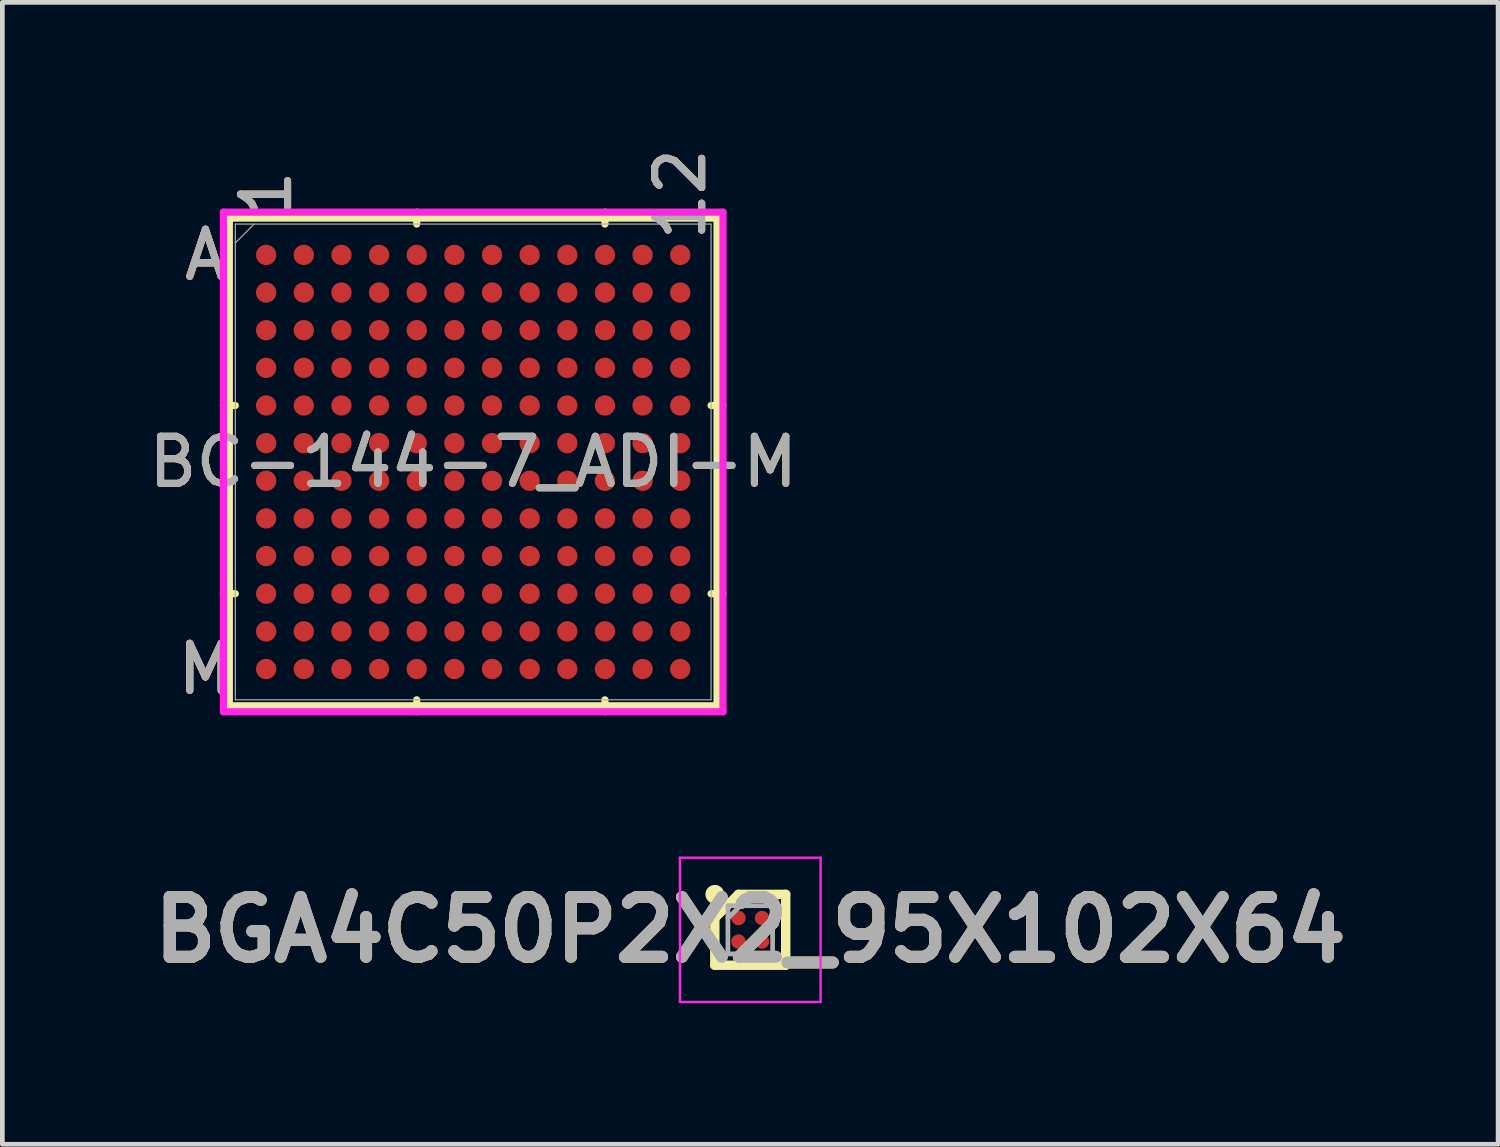
<source format=kicad_pcb>
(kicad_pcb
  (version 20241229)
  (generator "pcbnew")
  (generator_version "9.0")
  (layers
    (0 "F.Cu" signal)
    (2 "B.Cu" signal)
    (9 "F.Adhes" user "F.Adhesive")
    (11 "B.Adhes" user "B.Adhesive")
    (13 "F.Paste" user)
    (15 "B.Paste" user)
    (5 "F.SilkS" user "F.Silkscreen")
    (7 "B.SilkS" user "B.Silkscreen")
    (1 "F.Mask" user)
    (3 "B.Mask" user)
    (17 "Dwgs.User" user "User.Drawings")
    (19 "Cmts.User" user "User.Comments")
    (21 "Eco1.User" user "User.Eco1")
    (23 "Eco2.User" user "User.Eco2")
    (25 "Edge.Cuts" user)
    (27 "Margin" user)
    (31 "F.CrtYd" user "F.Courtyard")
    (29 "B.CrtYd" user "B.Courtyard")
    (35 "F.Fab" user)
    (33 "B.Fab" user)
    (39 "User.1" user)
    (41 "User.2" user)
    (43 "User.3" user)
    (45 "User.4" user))
  (footprint "BC-144-7_ADI-M"
    (layer "F.Cu")
    (at 7.006 6.767)
    (property "Reference" "BC-144-7_ADI-M" (at 0 0 0) (unlocked yes) (layer "F.SilkS") (effects (font (size 1 1) (thickness 0.15))))
    (attr smd)
    (fp_line (start -5.182 -5.182) (end -5.182 5.182) (stroke (width 0.152) (type solid)) (layer "F.SilkS"))
    (fp_line (start -5.182 5.182) (end 5.182 5.182) (stroke (width 0.152) (type solid)) (layer "F.SilkS"))
    (fp_line (start -5.055 -1.2) (end -5.309 -1.2) (stroke (width 0.152) (type solid)) (layer "F.SilkS"))
    (fp_line (start -5.055 2.8) (end -5.309 2.8) (stroke (width 0.152) (type solid)) (layer "F.SilkS"))
    (fp_line (start -1.2 -5.055) (end -1.2 -5.309) (stroke (width 0.152) (type solid)) (layer "F.SilkS"))
    (fp_line (start -1.2 5.055) (end -1.2 5.309) (stroke (width 0.152) (type solid)) (layer "F.SilkS"))
    (fp_line (start 2.8 -5.055) (end 2.8 -5.309) (stroke (width 0.152) (type solid)) (layer "F.SilkS"))
    (fp_line (start 2.8 5.055) (end 2.8 5.309) (stroke (width 0.152) (type solid)) (layer "F.SilkS"))
    (fp_line (start 5.055 -1.2) (end 5.309 -1.2) (stroke (width 0.152) (type solid)) (layer "F.SilkS"))
    (fp_line (start 5.055 2.8) (end 5.309 2.8) (stroke (width 0.152) (type solid)) (layer "F.SilkS"))
    (fp_line (start 5.182 -5.182) (end -5.182 -5.182) (stroke (width 0.152) (type solid)) (layer "F.SilkS"))
    (fp_line (start 5.182 5.182) (end 5.182 -5.182) (stroke (width 0.152) (type solid)) (layer "F.SilkS"))
    (fp_poly (pts (xy -5.245 -5.245) (xy 5.245 -5.245) (xy 5.245 5.245) (xy -5.245 5.245)) (stroke (width 0.1) (type solid)) (fill no) (layer "Eco2.User"))
    (fp_line (start -5.309 -5.309) (end 5.309 -5.309) (stroke (width 0.152) (type solid)) (layer "F.CrtYd"))
    (fp_line (start -5.309 5.309) (end -5.309 -5.309) (stroke (width 0.152) (type solid)) (layer "F.CrtYd"))
    (fp_line (start 5.309 -5.309) (end 5.309 5.309) (stroke (width 0.152) (type solid)) (layer "F.CrtYd"))
    (fp_line (start 5.309 5.309) (end -5.309 5.309) (stroke (width 0.152) (type solid)) (layer "F.CrtYd"))
    (fp_line (start -5.055 -5.055) (end -5.055 5.055) (stroke (width 0.025) (type solid)) (layer "F.Fab"))
    (fp_line (start -5.055 5.055) (end 5.055 5.055) (stroke (width 0.025) (type solid)) (layer "F.Fab"))
    (fp_line (start -4.655 -5.055) (end -5.055 -4.655) (stroke (width 0.025) (type solid)) (layer "F.Fab"))
    (fp_line (start 5.055 -5.055) (end -5.055 -5.055) (stroke (width 0.025) (type solid)) (layer "F.Fab"))
    (fp_line (start 5.055 5.055) (end 5.055 -5.055) (stroke (width 0.025) (type solid)) (layer "F.Fab"))
    (fp_text user "A" (at -5.69 -4.4 0) (unlocked yes) (layer "F.SilkS") (effects (font (size 1 1) (thickness 0.15))))
    (fp_text user "M" (at -5.69 4.4 0) (unlocked yes) (layer "F.SilkS") (effects (font (size 1 1) (thickness 0.15))))
    (fp_text user "1" (at -4.4 -5.69 90) (unlocked yes) (layer "F.SilkS") (effects (font (size 1 1) (thickness 0.15))))
    (fp_text user "12" (at 4.4 -5.69 90) (unlocked yes) (layer "F.SilkS") (effects (font (size 1 1) (thickness 0.15))))
    (fp_text user "12" (at 4.4 -5.69 90) (unlocked yes) (layer "B.SilkS") (effects (font (size 1 1) (thickness 0.15))))
    (fp_text user "M" (at -5.69 4.4 0) (unlocked yes) (layer "B.SilkS") (effects (font (size 1 1) (thickness 0.15))))
    (fp_text user "1" (at -4.4 -5.69 90) (unlocked yes) (layer "B.SilkS") (effects (font (size 1 1) (thickness 0.15))))
    (fp_text user "A" (at -5.69 -4.4 0) (unlocked yes) (layer "B.SilkS") (effects (font (size 1 1) (thickness 0.15))))
    (fp_text user "${REFERENCE}" (at 0 0 0) (unlocked yes) (layer "F.Fab") (effects (font (size 1 1) (thickness 0.15))))
    (fp_text user "A" (at -5.69 -4.4 0) (unlocked yes) (layer "F.Fab") (effects (font (size 1 1) (thickness 0.15))))
    (fp_text user "1" (at -4.4 -5.69 90) (unlocked yes) (layer "F.Fab") (effects (font (size 1 1) (thickness 0.15))))
    (fp_text user "M" (at -5.69 4.4 0) (unlocked yes) (layer "F.Fab") (effects (font (size 1 1) (thickness 0.15))))
    (fp_text user "12" (at 4.4 -5.69 90) (unlocked yes) (layer "F.Fab") (effects (font (size 1 1) (thickness 0.15))))
    (pad "A1" smd circle (at -4.4 -4.4) (size 0.432 0.432) (layers "F.Cu" "F.Mask" "F.Paste"))
    (pad "A2" smd circle (at -3.6 -4.4) (size 0.432 0.432) (layers "F.Cu" "F.Mask" "F.Paste"))
    (pad "A3" smd circle (at -2.8 -4.4) (size 0.432 0.432) (layers "F.Cu" "F.Mask" "F.Paste"))
    (pad "A4" smd circle (at -2 -4.4) (size 0.432 0.432) (layers "F.Cu" "F.Mask" "F.Paste"))
    (pad "A5" smd circle (at -1.2 -4.4) (size 0.432 0.432) (layers "F.Cu" "F.Mask" "F.Paste"))
    (pad "A6" smd circle (at -0.4 -4.4) (size 0.432 0.432) (layers "F.Cu" "F.Mask" "F.Paste"))
    (pad "A7" smd circle (at 0.4 -4.4) (size 0.432 0.432) (layers "F.Cu" "F.Mask" "F.Paste"))
    (pad "A8" smd circle (at 1.2 -4.4) (size 0.432 0.432) (layers "F.Cu" "F.Mask" "F.Paste"))
    (pad "A9" smd circle (at 2 -4.4) (size 0.432 0.432) (layers "F.Cu" "F.Mask" "F.Paste"))
    (pad "A10" smd circle (at 2.8 -4.4) (size 0.432 0.432) (layers "F.Cu" "F.Mask" "F.Paste"))
    (pad "A11" smd circle (at 3.6 -4.4) (size 0.432 0.432) (layers "F.Cu" "F.Mask" "F.Paste"))
    (pad "A12" smd circle (at 4.4 -4.4) (size 0.432 0.432) (layers "F.Cu" "F.Mask" "F.Paste"))
    (pad "B1" smd circle (at -4.4 -3.6) (size 0.432 0.432) (layers "F.Cu" "F.Mask" "F.Paste"))
    (pad "B2" smd circle (at -3.6 -3.6) (size 0.432 0.432) (layers "F.Cu" "F.Mask" "F.Paste"))
    (pad "B3" smd circle (at -2.8 -3.6) (size 0.432 0.432) (layers "F.Cu" "F.Mask" "F.Paste"))
    (pad "B4" smd circle (at -2 -3.6) (size 0.432 0.432) (layers "F.Cu" "F.Mask" "F.Paste"))
    (pad "B5" smd circle (at -1.2 -3.6) (size 0.432 0.432) (layers "F.Cu" "F.Mask" "F.Paste"))
    (pad "B6" smd circle (at -0.4 -3.6) (size 0.432 0.432) (layers "F.Cu" "F.Mask" "F.Paste"))
    (pad "B7" smd circle (at 0.4 -3.6) (size 0.432 0.432) (layers "F.Cu" "F.Mask" "F.Paste"))
    (pad "B8" smd circle (at 1.2 -3.6) (size 0.432 0.432) (layers "F.Cu" "F.Mask" "F.Paste"))
    (pad "B9" smd circle (at 2 -3.6) (size 0.432 0.432) (layers "F.Cu" "F.Mask" "F.Paste"))
    (pad "B10" smd circle (at 2.8 -3.6) (size 0.432 0.432) (layers "F.Cu" "F.Mask" "F.Paste"))
    (pad "B11" smd circle (at 3.6 -3.6) (size 0.432 0.432) (layers "F.Cu" "F.Mask" "F.Paste"))
    (pad "B12" smd circle (at 4.4 -3.6) (size 0.432 0.432) (layers "F.Cu" "F.Mask" "F.Paste"))
    (pad "C1" smd circle (at -4.4 -2.8) (size 0.432 0.432) (layers "F.Cu" "F.Mask" "F.Paste"))
    (pad "C2" smd circle (at -3.6 -2.8) (size 0.432 0.432) (layers "F.Cu" "F.Mask" "F.Paste"))
    (pad "C3" smd circle (at -2.8 -2.8) (size 0.432 0.432) (layers "F.Cu" "F.Mask" "F.Paste"))
    (pad "C4" smd circle (at -2 -2.8) (size 0.432 0.432) (layers "F.Cu" "F.Mask" "F.Paste"))
    (pad "C5" smd circle (at -1.2 -2.8) (size 0.432 0.432) (layers "F.Cu" "F.Mask" "F.Paste"))
    (pad "C6" smd circle (at -0.4 -2.8) (size 0.432 0.432) (layers "F.Cu" "F.Mask" "F.Paste"))
    (pad "C7" smd circle (at 0.4 -2.8) (size 0.432 0.432) (layers "F.Cu" "F.Mask" "F.Paste"))
    (pad "C8" smd circle (at 1.2 -2.8) (size 0.432 0.432) (layers "F.Cu" "F.Mask" "F.Paste"))
    (pad "C9" smd circle (at 2 -2.8) (size 0.432 0.432) (layers "F.Cu" "F.Mask" "F.Paste"))
    (pad "C10" smd circle (at 2.8 -2.8) (size 0.432 0.432) (layers "F.Cu" "F.Mask" "F.Paste"))
    (pad "C11" smd circle (at 3.6 -2.8) (size 0.432 0.432) (layers "F.Cu" "F.Mask" "F.Paste"))
    (pad "C12" smd circle (at 4.4 -2.8) (size 0.432 0.432) (layers "F.Cu" "F.Mask" "F.Paste"))
    (pad "D1" smd circle (at -4.4 -2) (size 0.432 0.432) (layers "F.Cu" "F.Mask" "F.Paste"))
    (pad "D2" smd circle (at -3.6 -2) (size 0.432 0.432) (layers "F.Cu" "F.Mask" "F.Paste"))
    (pad "D3" smd circle (at -2.8 -2) (size 0.432 0.432) (layers "F.Cu" "F.Mask" "F.Paste"))
    (pad "D4" smd circle (at -2 -2) (size 0.432 0.432) (layers "F.Cu" "F.Mask" "F.Paste"))
    (pad "D5" smd circle (at -1.2 -2) (size 0.432 0.432) (layers "F.Cu" "F.Mask" "F.Paste"))
    (pad "D6" smd circle (at -0.4 -2) (size 0.432 0.432) (layers "F.Cu" "F.Mask" "F.Paste"))
    (pad "D7" smd circle (at 0.4 -2) (size 0.432 0.432) (layers "F.Cu" "F.Mask" "F.Paste"))
    (pad "D8" smd circle (at 1.2 -2) (size 0.432 0.432) (layers "F.Cu" "F.Mask" "F.Paste"))
    (pad "D9" smd circle (at 2 -2) (size 0.432 0.432) (layers "F.Cu" "F.Mask" "F.Paste"))
    (pad "D10" smd circle (at 2.8 -2) (size 0.432 0.432) (layers "F.Cu" "F.Mask" "F.Paste"))
    (pad "D11" smd circle (at 3.6 -2) (size 0.432 0.432) (layers "F.Cu" "F.Mask" "F.Paste"))
    (pad "D12" smd circle (at 4.4 -2) (size 0.432 0.432) (layers "F.Cu" "F.Mask" "F.Paste"))
    (pad "E1" smd circle (at -4.4 -1.2) (size 0.432 0.432) (layers "F.Cu" "F.Mask" "F.Paste"))
    (pad "E2" smd circle (at -3.6 -1.2) (size 0.432 0.432) (layers "F.Cu" "F.Mask" "F.Paste"))
    (pad "E3" smd circle (at -2.8 -1.2) (size 0.432 0.432) (layers "F.Cu" "F.Mask" "F.Paste"))
    (pad "E4" smd circle (at -2 -1.2) (size 0.432 0.432) (layers "F.Cu" "F.Mask" "F.Paste"))
    (pad "E5" smd circle (at -1.2 -1.2) (size 0.432 0.432) (layers "F.Cu" "F.Mask" "F.Paste"))
    (pad "E6" smd circle (at -0.4 -1.2) (size 0.432 0.432) (layers "F.Cu" "F.Mask" "F.Paste"))
    (pad "E7" smd circle (at 0.4 -1.2) (size 0.432 0.432) (layers "F.Cu" "F.Mask" "F.Paste"))
    (pad "E8" smd circle (at 1.2 -1.2) (size 0.432 0.432) (layers "F.Cu" "F.Mask" "F.Paste"))
    (pad "E9" smd circle (at 2 -1.2) (size 0.432 0.432) (layers "F.Cu" "F.Mask" "F.Paste"))
    (pad "E10" smd circle (at 2.8 -1.2) (size 0.432 0.432) (layers "F.Cu" "F.Mask" "F.Paste"))
    (pad "E11" smd circle (at 3.6 -1.2) (size 0.432 0.432) (layers "F.Cu" "F.Mask" "F.Paste"))
    (pad "E12" smd circle (at 4.4 -1.2) (size 0.432 0.432) (layers "F.Cu" "F.Mask" "F.Paste"))
    (pad "F1" smd circle (at -4.4 -0.4) (size 0.432 0.432) (layers "F.Cu" "F.Mask" "F.Paste"))
    (pad "F2" smd circle (at -3.6 -0.4) (size 0.432 0.432) (layers "F.Cu" "F.Mask" "F.Paste"))
    (pad "F3" smd circle (at -2.8 -0.4) (size 0.432 0.432) (layers "F.Cu" "F.Mask" "F.Paste"))
    (pad "F4" smd circle (at -2 -0.4) (size 0.432 0.432) (layers "F.Cu" "F.Mask" "F.Paste"))
    (pad "F5" smd circle (at -1.2 -0.4) (size 0.432 0.432) (layers "F.Cu" "F.Mask" "F.Paste"))
    (pad "F6" smd circle (at -0.4 -0.4) (size 0.432 0.432) (layers "F.Cu" "F.Mask" "F.Paste"))
    (pad "F7" smd circle (at 0.4 -0.4) (size 0.432 0.432) (layers "F.Cu" "F.Mask" "F.Paste"))
    (pad "F8" smd circle (at 1.2 -0.4) (size 0.432 0.432) (layers "F.Cu" "F.Mask" "F.Paste"))
    (pad "F9" smd circle (at 2 -0.4) (size 0.432 0.432) (layers "F.Cu" "F.Mask" "F.Paste"))
    (pad "F10" smd circle (at 2.8 -0.4) (size 0.432 0.432) (layers "F.Cu" "F.Mask" "F.Paste"))
    (pad "F11" smd circle (at 3.6 -0.4) (size 0.432 0.432) (layers "F.Cu" "F.Mask" "F.Paste"))
    (pad "F12" smd circle (at 4.4 -0.4) (size 0.432 0.432) (layers "F.Cu" "F.Mask" "F.Paste"))
    (pad "G1" smd circle (at -4.4 0.4) (size 0.432 0.432) (layers "F.Cu" "F.Mask" "F.Paste"))
    (pad "G2" smd circle (at -3.6 0.4) (size 0.432 0.432) (layers "F.Cu" "F.Mask" "F.Paste"))
    (pad "G3" smd circle (at -2.8 0.4) (size 0.432 0.432) (layers "F.Cu" "F.Mask" "F.Paste"))
    (pad "G4" smd circle (at -2 0.4) (size 0.432 0.432) (layers "F.Cu" "F.Mask" "F.Paste"))
    (pad "G5" smd circle (at -1.2 0.4) (size 0.432 0.432) (layers "F.Cu" "F.Mask" "F.Paste"))
    (pad "G6" smd circle (at -0.4 0.4) (size 0.432 0.432) (layers "F.Cu" "F.Mask" "F.Paste"))
    (pad "G7" smd circle (at 0.4 0.4) (size 0.432 0.432) (layers "F.Cu" "F.Mask" "F.Paste"))
    (pad "G8" smd circle (at 1.2 0.4) (size 0.432 0.432) (layers "F.Cu" "F.Mask" "F.Paste"))
    (pad "G9" smd circle (at 2 0.4) (size 0.432 0.432) (layers "F.Cu" "F.Mask" "F.Paste"))
    (pad "G10" smd circle (at 2.8 0.4) (size 0.432 0.432) (layers "F.Cu" "F.Mask" "F.Paste"))
    (pad "G11" smd circle (at 3.6 0.4) (size 0.432 0.432) (layers "F.Cu" "F.Mask" "F.Paste"))
    (pad "G12" smd circle (at 4.4 0.4) (size 0.432 0.432) (layers "F.Cu" "F.Mask" "F.Paste"))
    (pad "H1" smd circle (at -4.4 1.2) (size 0.432 0.432) (layers "F.Cu" "F.Mask" "F.Paste"))
    (pad "H2" smd circle (at -3.6 1.2) (size 0.432 0.432) (layers "F.Cu" "F.Mask" "F.Paste"))
    (pad "H3" smd circle (at -2.8 1.2) (size 0.432 0.432) (layers "F.Cu" "F.Mask" "F.Paste"))
    (pad "H4" smd circle (at -2 1.2) (size 0.432 0.432) (layers "F.Cu" "F.Mask" "F.Paste"))
    (pad "H5" smd circle (at -1.2 1.2) (size 0.432 0.432) (layers "F.Cu" "F.Mask" "F.Paste"))
    (pad "H6" smd circle (at -0.4 1.2) (size 0.432 0.432) (layers "F.Cu" "F.Mask" "F.Paste"))
    (pad "H7" smd circle (at 0.4 1.2) (size 0.432 0.432) (layers "F.Cu" "F.Mask" "F.Paste"))
    (pad "H8" smd circle (at 1.2 1.2) (size 0.432 0.432) (layers "F.Cu" "F.Mask" "F.Paste"))
    (pad "H9" smd circle (at 2 1.2) (size 0.432 0.432) (layers "F.Cu" "F.Mask" "F.Paste"))
    (pad "H10" smd circle (at 2.8 1.2) (size 0.432 0.432) (layers "F.Cu" "F.Mask" "F.Paste"))
    (pad "H11" smd circle (at 3.6 1.2) (size 0.432 0.432) (layers "F.Cu" "F.Mask" "F.Paste"))
    (pad "H12" smd circle (at 4.4 1.2) (size 0.432 0.432) (layers "F.Cu" "F.Mask" "F.Paste"))
    (pad "J1" smd circle (at -4.4 2) (size 0.432 0.432) (layers "F.Cu" "F.Mask" "F.Paste"))
    (pad "J2" smd circle (at -3.6 2) (size 0.432 0.432) (layers "F.Cu" "F.Mask" "F.Paste"))
    (pad "J3" smd circle (at -2.8 2) (size 0.432 0.432) (layers "F.Cu" "F.Mask" "F.Paste"))
    (pad "J4" smd circle (at -2 2) (size 0.432 0.432) (layers "F.Cu" "F.Mask" "F.Paste"))
    (pad "J5" smd circle (at -1.2 2) (size 0.432 0.432) (layers "F.Cu" "F.Mask" "F.Paste"))
    (pad "J6" smd circle (at -0.4 2) (size 0.432 0.432) (layers "F.Cu" "F.Mask" "F.Paste"))
    (pad "J7" smd circle (at 0.4 2) (size 0.432 0.432) (layers "F.Cu" "F.Mask" "F.Paste"))
    (pad "J8" smd circle (at 1.2 2) (size 0.432 0.432) (layers "F.Cu" "F.Mask" "F.Paste"))
    (pad "J9" smd circle (at 2 2) (size 0.432 0.432) (layers "F.Cu" "F.Mask" "F.Paste"))
    (pad "J10" smd circle (at 2.8 2) (size 0.432 0.432) (layers "F.Cu" "F.Mask" "F.Paste"))
    (pad "J11" smd circle (at 3.6 2) (size 0.432 0.432) (layers "F.Cu" "F.Mask" "F.Paste"))
    (pad "J12" smd circle (at 4.4 2) (size 0.432 0.432) (layers "F.Cu" "F.Mask" "F.Paste"))
    (pad "K1" smd circle (at -4.4 2.8) (size 0.432 0.432) (layers "F.Cu" "F.Mask" "F.Paste"))
    (pad "K2" smd circle (at -3.6 2.8) (size 0.432 0.432) (layers "F.Cu" "F.Mask" "F.Paste"))
    (pad "K3" smd circle (at -2.8 2.8) (size 0.432 0.432) (layers "F.Cu" "F.Mask" "F.Paste"))
    (pad "K4" smd circle (at -2 2.8) (size 0.432 0.432) (layers "F.Cu" "F.Mask" "F.Paste"))
    (pad "K5" smd circle (at -1.2 2.8) (size 0.432 0.432) (layers "F.Cu" "F.Mask" "F.Paste"))
    (pad "K6" smd circle (at -0.4 2.8) (size 0.432 0.432) (layers "F.Cu" "F.Mask" "F.Paste"))
    (pad "K7" smd circle (at 0.4 2.8) (size 0.432 0.432) (layers "F.Cu" "F.Mask" "F.Paste"))
    (pad "K8" smd circle (at 1.2 2.8) (size 0.432 0.432) (layers "F.Cu" "F.Mask" "F.Paste"))
    (pad "K9" smd circle (at 2 2.8) (size 0.432 0.432) (layers "F.Cu" "F.Mask" "F.Paste"))
    (pad "K10" smd circle (at 2.8 2.8) (size 0.432 0.432) (layers "F.Cu" "F.Mask" "F.Paste"))
    (pad "K11" smd circle (at 3.6 2.8) (size 0.432 0.432) (layers "F.Cu" "F.Mask" "F.Paste"))
    (pad "K12" smd circle (at 4.4 2.8) (size 0.432 0.432) (layers "F.Cu" "F.Mask" "F.Paste"))
    (pad "L1" smd circle (at -4.4 3.6) (size 0.432 0.432) (layers "F.Cu" "F.Mask" "F.Paste"))
    (pad "L2" smd circle (at -3.6 3.6) (size 0.432 0.432) (layers "F.Cu" "F.Mask" "F.Paste"))
    (pad "L3" smd circle (at -2.8 3.6) (size 0.432 0.432) (layers "F.Cu" "F.Mask" "F.Paste"))
    (pad "L4" smd circle (at -2 3.6) (size 0.432 0.432) (layers "F.Cu" "F.Mask" "F.Paste"))
    (pad "L5" smd circle (at -1.2 3.6) (size 0.432 0.432) (layers "F.Cu" "F.Mask" "F.Paste"))
    (pad "L6" smd circle (at -0.4 3.6) (size 0.432 0.432) (layers "F.Cu" "F.Mask" "F.Paste"))
    (pad "L7" smd circle (at 0.4 3.6) (size 0.432 0.432) (layers "F.Cu" "F.Mask" "F.Paste"))
    (pad "L8" smd circle (at 1.2 3.6) (size 0.432 0.432) (layers "F.Cu" "F.Mask" "F.Paste"))
    (pad "L9" smd circle (at 2 3.6) (size 0.432 0.432) (layers "F.Cu" "F.Mask" "F.Paste"))
    (pad "L10" smd circle (at 2.8 3.6) (size 0.432 0.432) (layers "F.Cu" "F.Mask" "F.Paste"))
    (pad "L11" smd circle (at 3.6 3.6) (size 0.432 0.432) (layers "F.Cu" "F.Mask" "F.Paste"))
    (pad "L12" smd circle (at 4.4 3.6) (size 0.432 0.432) (layers "F.Cu" "F.Mask" "F.Paste"))
    (pad "M1" smd circle (at -4.4 4.4) (size 0.432 0.432) (layers "F.Cu" "F.Mask" "F.Paste"))
    (pad "M2" smd circle (at -3.6 4.4) (size 0.432 0.432) (layers "F.Cu" "F.Mask" "F.Paste"))
    (pad "M3" smd circle (at -2.8 4.4) (size 0.432 0.432) (layers "F.Cu" "F.Mask" "F.Paste"))
    (pad "M4" smd circle (at -2 4.4) (size 0.432 0.432) (layers "F.Cu" "F.Mask" "F.Paste"))
    (pad "M5" smd circle (at -1.2 4.4) (size 0.432 0.432) (layers "F.Cu" "F.Mask" "F.Paste"))
    (pad "M6" smd circle (at -0.4 4.4) (size 0.432 0.432) (layers "F.Cu" "F.Mask" "F.Paste"))
    (pad "M7" smd circle (at 0.4 4.4) (size 0.432 0.432) (layers "F.Cu" "F.Mask" "F.Paste"))
    (pad "M8" smd circle (at 1.2 4.4) (size 0.432 0.432) (layers "F.Cu" "F.Mask" "F.Paste"))
    (pad "M9" smd circle (at 2 4.4) (size 0.432 0.432) (layers "F.Cu" "F.Mask" "F.Paste"))
    (pad "M10" smd circle (at 2.8 4.4) (size 0.432 0.432) (layers "F.Cu" "F.Mask" "F.Paste"))
    (pad "M11" smd circle (at 3.6 4.4) (size 0.432 0.432) (layers "F.Cu" "F.Mask" "F.Paste"))
    (pad "M12" smd circle (at 4.4 4.4) (size 0.432 0.432) (layers "F.Cu" "F.Mask" "F.Paste")))
  (footprint "BGA4C50P2X2_95X102X64"
    (layer "F.Cu")
    (at 12.894 16.709)
    (property "Reference" "BGA4C50P2X2_95X102X64" (at 0 0 0) (layer "F.SilkS") (effects (font (size 1.27 1.27) (thickness 0.254))))
    (attr smd)
    (fp_line (start -0.753 -0.25) (end -0.25 -0.753) (stroke (width 0.2) (type solid)) (layer "F.SilkS"))
    (fp_line (start -0.753 0.753) (end -0.753 -0.25) (stroke (width 0.2) (type solid)) (layer "F.SilkS"))
    (fp_line (start -0.25 -0.753) (end 0.753 -0.753) (stroke (width 0.2) (type solid)) (layer "F.SilkS"))
    (fp_line (start 0.753 -0.753) (end 0.753 0.753) (stroke (width 0.2) (type solid)) (layer "F.SilkS"))
    (fp_line (start 0.753 0.753) (end -0.753 0.753) (stroke (width 0.2) (type solid)) (layer "F.SilkS"))
    (fp_circle (center -0.753 -0.753) (end -0.753 -0.653) (stroke (width 0.2) (type solid)) (fill no) (layer "F.SilkS"))
    (fp_line (start -1.495 -1.532) (end 1.495 -1.532) (stroke (width 0.05) (type solid)) (layer "F.CrtYd"))
    (fp_line (start -1.495 1.533) (end -1.495 -1.532) (stroke (width 0.05) (type solid)) (layer "F.CrtYd"))
    (fp_line (start 1.495 -1.532) (end 1.495 1.533) (stroke (width 0.05) (type solid)) (layer "F.CrtYd"))
    (fp_line (start 1.495 1.533) (end -1.495 1.533) (stroke (width 0.05) (type solid)) (layer "F.CrtYd"))
    (fp_line (start -0.475 -0.512) (end 0.475 -0.512) (stroke (width 0.1) (type solid)) (layer "F.Fab"))
    (fp_line (start -0.475 -0.246) (end -0.209 -0.512) (stroke (width 0.1) (type solid)) (layer "F.Fab"))
    (fp_line (start -0.475 0.513) (end -0.475 -0.512) (stroke (width 0.1) (type solid)) (layer "F.Fab"))
    (fp_line (start 0.475 -0.512) (end 0.475 0.513) (stroke (width 0.1) (type solid)) (layer "F.Fab"))
    (fp_line (start 0.475 0.513) (end -0.475 0.513) (stroke (width 0.1) (type solid)) (layer "F.Fab"))
    (fp_text user "${REFERENCE}" (at 0 0 0) (layer "F.Fab") (effects (font (size 1.27 1.27) (thickness 0.254))))
    (pad "A1" smd circle (at -0.25 -0.25 90) (size 0.306 0.306) (layers "F.Cu" "F.Mask" "F.Paste"))
    (pad "A2" smd circle (at 0.25 -0.25 90) (size 0.306 0.306) (layers "F.Cu" "F.Mask" "F.Paste"))
    (pad "B1" smd circle (at -0.25 0.25 90) (size 0.306 0.306) (layers "F.Cu" "F.Mask" "F.Paste"))
    (pad "B2" smd circle (at 0.25 0.25 90) (size 0.306 0.306) (layers "F.Cu" "F.Mask" "F.Paste")))
  (gr_rect
    (start -3 -3)
    (end 28.787 21.267)
    (stroke (width 0.1) (type default))
    (fill no)
    (layer "Edge.Cuts")))
</source>
